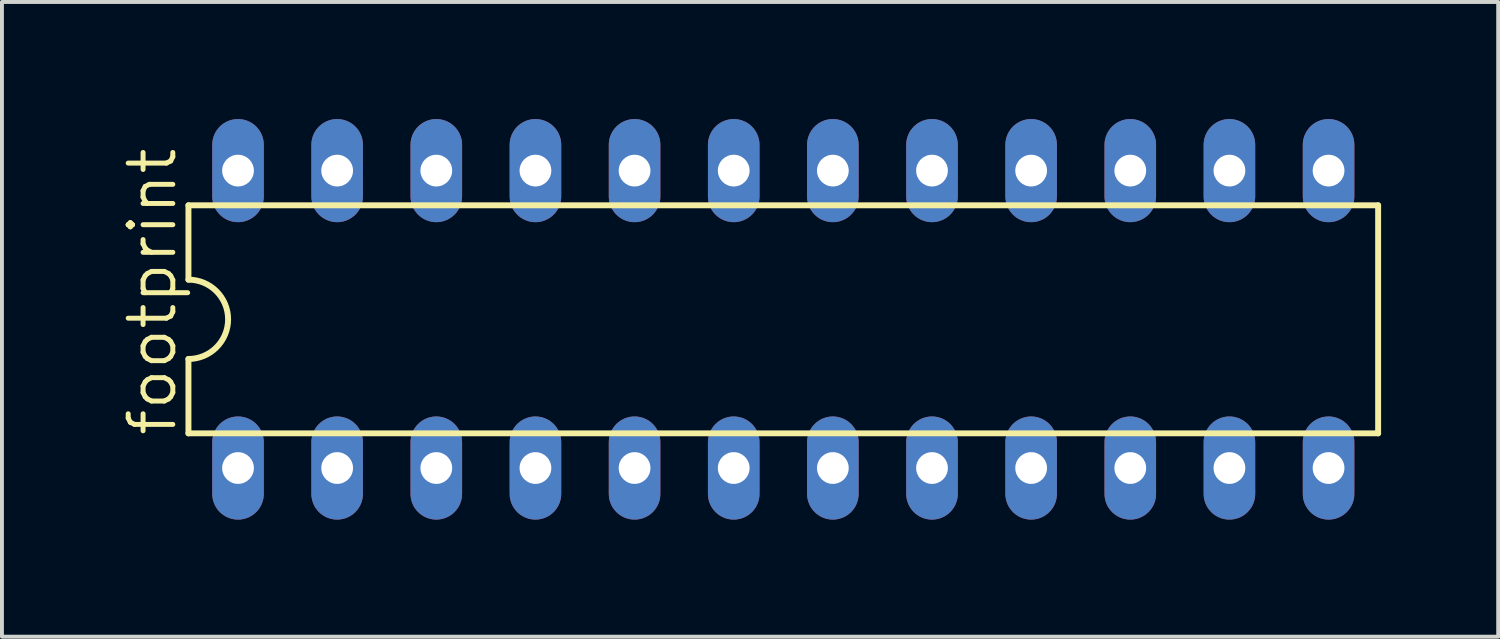
<source format=kicad_pcb>
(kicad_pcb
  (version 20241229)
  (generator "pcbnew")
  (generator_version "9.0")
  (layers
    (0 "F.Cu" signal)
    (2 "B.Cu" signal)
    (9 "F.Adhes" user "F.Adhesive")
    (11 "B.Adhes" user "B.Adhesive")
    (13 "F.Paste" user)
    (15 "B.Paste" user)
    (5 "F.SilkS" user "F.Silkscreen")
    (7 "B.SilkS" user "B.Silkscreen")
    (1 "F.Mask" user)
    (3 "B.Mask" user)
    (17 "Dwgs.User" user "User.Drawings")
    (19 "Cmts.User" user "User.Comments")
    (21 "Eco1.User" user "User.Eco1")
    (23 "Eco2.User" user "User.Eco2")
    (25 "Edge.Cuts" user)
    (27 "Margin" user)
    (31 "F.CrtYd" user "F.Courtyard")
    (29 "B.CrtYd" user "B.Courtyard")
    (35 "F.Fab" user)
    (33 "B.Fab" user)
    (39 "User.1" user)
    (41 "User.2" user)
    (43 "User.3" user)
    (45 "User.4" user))
  (footprint "footprint"
    (layer "F.Cu")
    (at 17.018 5.131)
    (property "Reference" "footprint" (at -15.494 3.048 90) (layer "F.SilkS") (effects (font (size 1.143 1.143) (thickness 0.127)) (justify left bottom)))
    (fp_line (start -15.24 -2.921) (end -15.24 -1.016) (stroke (width 0.152) (type solid)) (layer "F.SilkS"))
    (fp_line (start -15.24 2.921) (end -15.24 1.016) (stroke (width 0.152) (type solid)) (layer "F.SilkS"))
    (fp_line (start -15.24 2.921) (end 15.24 2.921) (stroke (width 0.152) (type solid)) (layer "F.SilkS"))
    (fp_line (start 15.24 -2.921) (end -15.24 -2.921) (stroke (width 0.152) (type solid)) (layer "F.SilkS"))
    (fp_line (start 15.24 -2.921) (end 15.24 2.921) (stroke (width 0.152) (type solid)) (layer "F.SilkS"))
    (fp_arc (start -15.24 -1.016) (mid -14.224 0) (end -15.24 1.016) (stroke (width 0.1524) (type solid)) (layer "F.SilkS"))
    (pad "1" thru_hole oval (at -13.97 3.81 90) (size 2.642 1.321) (drill 0.813) (layers "*.Cu" "*.Mask"))
    (pad "2" thru_hole oval (at -11.43 3.81 90) (size 2.642 1.321) (drill 0.813) (layers "*.Cu" "*.Mask"))
    (pad "3" thru_hole oval (at -8.89 3.81 90) (size 2.642 1.321) (drill 0.813) (layers "*.Cu" "*.Mask"))
    (pad "4" thru_hole oval (at -6.35 3.81 90) (size 2.642 1.321) (drill 0.813) (layers "*.Cu" "*.Mask"))
    (pad "5" thru_hole oval (at -3.81 3.81 90) (size 2.642 1.321) (drill 0.813) (layers "*.Cu" "*.Mask"))
    (pad "6" thru_hole oval (at -1.27 3.81 90) (size 2.642 1.321) (drill 0.813) (layers "*.Cu" "*.Mask"))
    (pad "7" thru_hole oval (at 1.27 3.81 90) (size 2.642 1.321) (drill 0.813) (layers "*.Cu" "*.Mask"))
    (pad "8" thru_hole oval (at 3.81 3.81 90) (size 2.642 1.321) (drill 0.813) (layers "*.Cu" "*.Mask"))
    (pad "9" thru_hole oval (at 6.35 3.81 90) (size 2.642 1.321) (drill 0.813) (layers "*.Cu" "*.Mask"))
    (pad "10" thru_hole oval (at 8.89 3.81 90) (size 2.642 1.321) (drill 0.813) (layers "*.Cu" "*.Mask"))
    (pad "11" thru_hole oval (at 11.43 3.81 90) (size 2.642 1.321) (drill 0.813) (layers "*.Cu" "*.Mask"))
    (pad "12" thru_hole oval (at 13.97 3.81 90) (size 2.642 1.321) (drill 0.813) (layers "*.Cu" "*.Mask"))
    (pad "13" thru_hole oval (at 13.97 -3.81 90) (size 2.642 1.321) (drill 0.813) (layers "*.Cu" "*.Mask"))
    (pad "14" thru_hole oval (at 11.43 -3.81 90) (size 2.642 1.321) (drill 0.813) (layers "*.Cu" "*.Mask"))
    (pad "15" thru_hole oval (at 8.89 -3.81 90) (size 2.642 1.321) (drill 0.813) (layers "*.Cu" "*.Mask"))
    (pad "16" thru_hole oval (at 6.35 -3.81 90) (size 2.642 1.321) (drill 0.813) (layers "*.Cu" "*.Mask"))
    (pad "17" thru_hole oval (at 3.81 -3.81 90) (size 2.642 1.321) (drill 0.813) (layers "*.Cu" "*.Mask"))
    (pad "18" thru_hole oval (at 1.27 -3.81 90) (size 2.642 1.321) (drill 0.813) (layers "*.Cu" "*.Mask"))
    (pad "19" thru_hole oval (at -1.27 -3.81 90) (size 2.642 1.321) (drill 0.813) (layers "*.Cu" "*.Mask"))
    (pad "20" thru_hole oval (at -3.81 -3.81 90) (size 2.642 1.321) (drill 0.813) (layers "*.Cu" "*.Mask"))
    (pad "21" thru_hole oval (at -6.35 -3.81 90) (size 2.642 1.321) (drill 0.813) (layers "*.Cu" "*.Mask"))
    (pad "22" thru_hole oval (at -8.89 -3.81 90) (size 2.642 1.321) (drill 0.813) (layers "*.Cu" "*.Mask"))
    (pad "23" thru_hole oval (at -11.43 -3.81 90) (size 2.642 1.321) (drill 0.813) (layers "*.Cu" "*.Mask"))
    (pad "24" thru_hole oval (at -13.97 -3.81 90) (size 2.642 1.321) (drill 0.813) (layers "*.Cu" "*.Mask")))
  (gr_rect
    (start -3 -3)
    (end 35.334 13.262)
    (stroke (width 0.1) (type default))
    (fill no)
    (layer "Edge.Cuts")))
</source>
